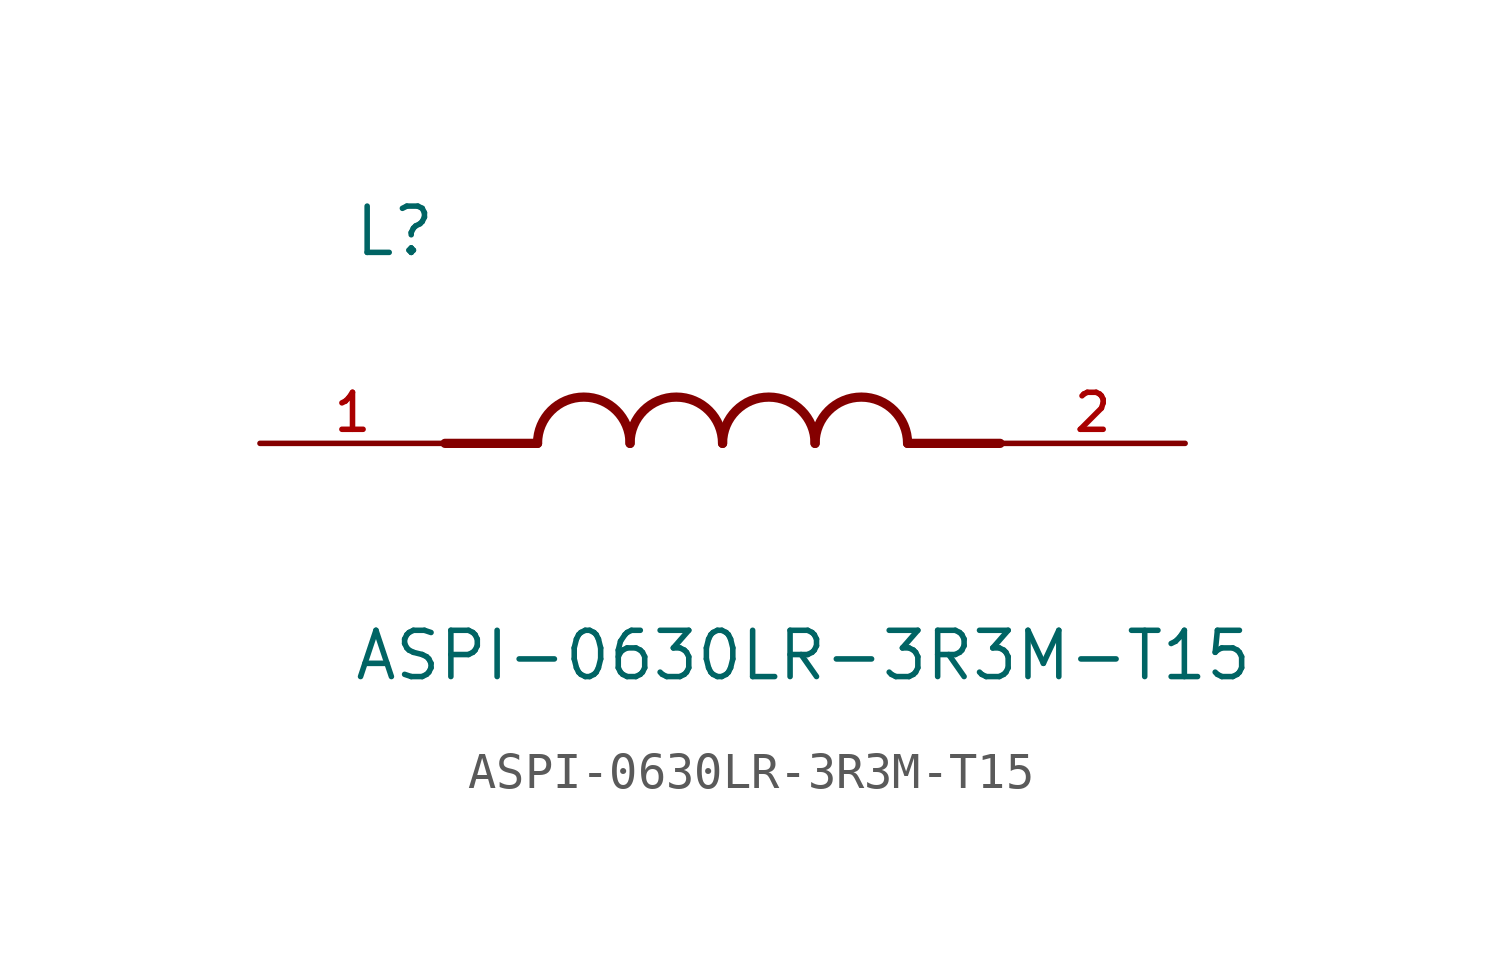
<source format=kicad_sym>
(kicad_symbol_lib
  (version 20211014)
  (generator kicad_symbol_editor)
  (symbol "ASPI-0630LR-3R3M-T15"
    (pin_names
      (offset 1.016))
    (property "Reference" "L"
      (at -10.16 5.08 0)
      (effects (font (size 1.27 1.27)) (justify bottom left)))
    (property "Value" "ASPI-0630LR-3R3M-T15"
      (at -10.16 -5.08 0)
      (effects (font (size 1.27 1.27)) (justify top left)))
    (symbol "ASPI-0630LR-3R3M-T15_0_0"
      (polyline (pts (xy -5.08 0.0) (xy -7.62 0.0)) (stroke (width 0.254)))
      (polyline (pts (xy 5.08 0.0) (xy 7.62 0.0)) (stroke (width 0.254)))
      (arc (start -2.54 0.0) (mid -3.81 1.27) (end -5.08 0.0) (stroke (width 0.254) (type default) (color 0 0 0 0)) (fill (type none)))
      (arc (start 0.0 0.0) (mid -1.27 1.27) (end -2.54 0.0) (stroke (width 0.254) (type default) (color 0 0 0 0)) (fill (type none)))
      (arc (start 2.54 0.0) (mid 1.27 1.27) (end 0.0 0.0) (stroke (width 0.254) (type default) (color 0 0 0 0)) (fill (type none)))
      (arc (start 5.08 0.0) (mid 3.81 1.27) (end 2.54 0.0) (stroke (width 0.254) (type default) (color 0 0 0 0)) (fill (type none)))
      (pin passive line (at -12.7 0.0 0) (length 5.08) (name "~" (effects (font (size 1.016 1.016)))) (number "1" (effects (font (size 1.016 1.016)))))
      (pin passive line (at 12.7 0.0 180.0) (length 5.08) (name "~" (effects (font (size 1.016 1.016)))) (number "2" (effects (font (size 1.016 1.016))))))))
</source>
